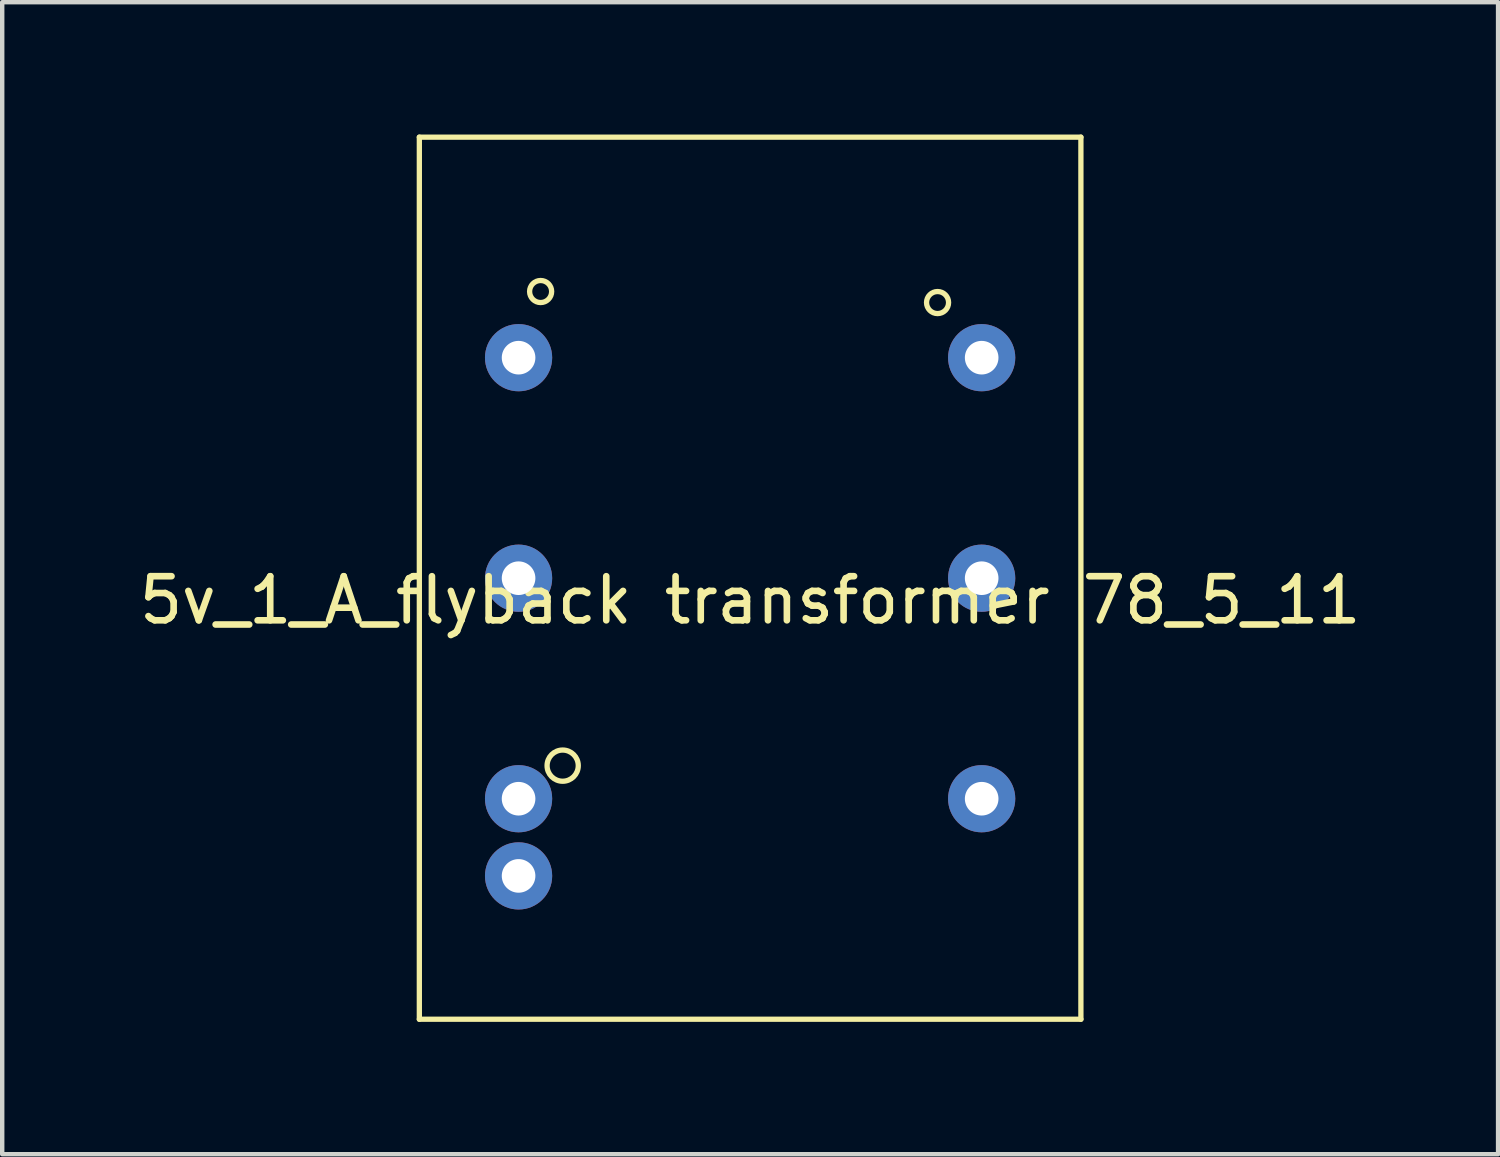
<source format=kicad_pcb>
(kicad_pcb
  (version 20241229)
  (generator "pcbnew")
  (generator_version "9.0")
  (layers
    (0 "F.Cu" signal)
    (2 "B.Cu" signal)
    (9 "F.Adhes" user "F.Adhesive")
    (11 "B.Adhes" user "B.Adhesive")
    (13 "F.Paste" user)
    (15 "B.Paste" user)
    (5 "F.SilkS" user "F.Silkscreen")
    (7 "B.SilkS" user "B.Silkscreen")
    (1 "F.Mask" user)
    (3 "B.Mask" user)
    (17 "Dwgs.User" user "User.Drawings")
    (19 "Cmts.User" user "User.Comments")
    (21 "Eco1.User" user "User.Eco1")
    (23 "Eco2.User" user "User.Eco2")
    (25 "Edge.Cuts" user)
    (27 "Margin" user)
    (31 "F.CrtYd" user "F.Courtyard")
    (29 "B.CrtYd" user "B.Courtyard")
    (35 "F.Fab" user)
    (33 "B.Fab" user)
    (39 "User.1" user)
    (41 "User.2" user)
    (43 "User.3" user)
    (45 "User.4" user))
  (footprint "5v_1_A_flyback transformer 78_5_11"
    (layer "F.Cu")
    (at 13.958 10.06)
    (property "Reference" "5v_1_A_flyback transformer 78_5_11" (at 0 0.5 0) (layer "F.SilkS") (effects (font (size 1 1) (thickness 0.15))))
    (attr through_hole)
    (fp_line (start -7.5 -10) (end 7.5 -10) (stroke (width 0.12) (type solid)) (layer "F.SilkS"))
    (fp_line (start -7.5 10) (end -7.5 -10) (stroke (width 0.12) (type solid)) (layer "F.SilkS"))
    (fp_line (start 7.5 -10) (end 7.5 10) (stroke (width 0.12) (type solid)) (layer "F.SilkS"))
    (fp_line (start 7.5 10) (end -7.5 10) (stroke (width 0.12) (type solid)) (layer "F.SilkS"))
    (fp_circle (center -4.75 -6.5) (end -4.5 -6.5) (stroke (width 0.12) (type solid)) (fill no) (layer "F.SilkS"))
    (fp_circle (center -4.25 4.25) (end -4 4.5) (stroke (width 0.12) (type solid)) (fill no) (layer "F.SilkS"))
    (fp_circle (center 4.25 -6.25) (end 4.25 -6) (stroke (width 0.12) (type solid)) (fill no) (layer "F.SilkS"))
    (pad "1" thru_hole circle (at -5.25 -5) (size 1.524 1.524) (drill 0.762) (layers "*.Cu" "*.Mask"))
    (pad "2" thru_hole circle (at -5.25 0) (size 1.524 1.524) (drill 0.762) (layers "*.Cu" "*.Mask"))
    (pad "3" thru_hole circle (at 5.25 5) (size 1.524 1.524) (drill 0.762) (layers "*.Cu" "*.Mask"))
    (pad "4" thru_hole circle (at -5.25 5) (size 1.524 1.524) (drill 0.762) (layers "*.Cu" "*.Mask"))
    (pad "5" thru_hole circle (at -5.25 6.75) (size 1.524 1.524) (drill 0.762) (layers "*.Cu" "*.Mask"))
    (pad "6" thru_hole circle (at 5.25 0) (size 1.524 1.524) (drill 0.762) (layers "*.Cu" "*.Mask"))
    (pad "8" thru_hole circle (at 5.25 -5) (size 1.524 1.524) (drill 0.762) (layers "*.Cu" "*.Mask")))
  (gr_rect
    (start -3 -3)
    (end 30.917 23.12)
    (stroke (width 0.1) (type default))
    (fill no)
    (layer "Edge.Cuts")))
</source>
